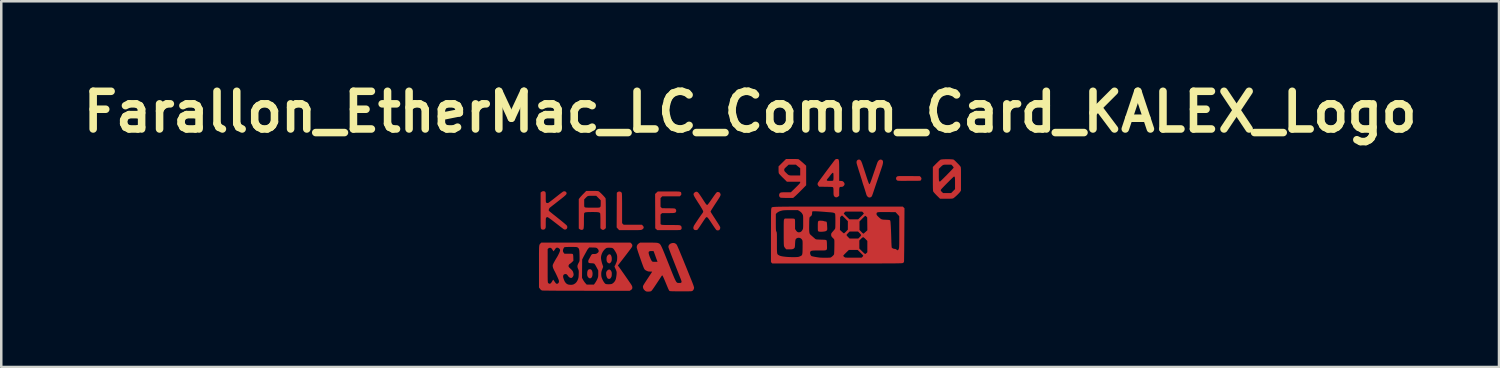
<source format=kicad_pcb>
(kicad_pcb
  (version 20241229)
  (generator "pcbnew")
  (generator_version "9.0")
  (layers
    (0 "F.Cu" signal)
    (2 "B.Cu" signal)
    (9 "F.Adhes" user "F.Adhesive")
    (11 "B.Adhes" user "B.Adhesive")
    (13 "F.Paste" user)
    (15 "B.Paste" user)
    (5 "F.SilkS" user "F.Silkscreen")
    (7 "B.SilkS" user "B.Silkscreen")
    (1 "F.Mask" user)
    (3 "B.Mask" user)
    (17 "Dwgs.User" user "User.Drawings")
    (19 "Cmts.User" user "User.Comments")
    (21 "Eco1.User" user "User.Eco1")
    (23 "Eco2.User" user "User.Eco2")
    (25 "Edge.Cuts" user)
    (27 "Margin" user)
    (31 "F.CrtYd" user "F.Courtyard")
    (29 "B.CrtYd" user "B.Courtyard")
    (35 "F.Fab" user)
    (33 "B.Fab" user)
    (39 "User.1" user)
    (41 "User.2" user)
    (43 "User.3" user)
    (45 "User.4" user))
  (footprint "Farallon_EtherMac_LC_Comm_Card_KALEX_Logo"
    (layer "F.Cu")
    (at 26.8 5.904)
    (property "Reference" "Farallon_EtherMac_LC_Comm_Card_KALEX_Logo" (at 0 -4.5 0) (layer "F.SilkS") (effects (font (size 1.5 1.5) (thickness 0.3))))
    (attr board_only exclude_from_pos_files exclude_from_bom)
    (fp_poly (pts (xy -6.345 1.762) (xy -6.312 1.786) (xy -6.288 1.827) (xy -6.274 1.884) (xy -6.269 1.941) (xy -6.275 2.007) (xy -6.291 2.06) (xy -6.316 2.098) (xy -6.35 2.119) (xy -6.372 2.122) (xy -6.409 2.112) (xy -6.427 2.098) (xy -6.458 2.061) (xy -6.475 2.028) (xy -6.483 1.991) (xy -6.485 1.946) (xy -6.481 1.874) (xy -6.468 1.82) (xy -6.447 1.785) (xy -6.429 1.771) (xy -6.384 1.757)) (stroke (width 0) (type solid)) (fill yes) (layer "F.Cu"))
    (fp_poly (pts (xy -5.566 1.172) (xy -5.54 1.199) (xy -5.521 1.241) (xy -5.508 1.298) (xy -5.505 1.354) (xy -5.51 1.414) (xy -5.526 1.461) (xy -5.556 1.5) (xy -5.584 1.523) (xy -5.61 1.528) (xy -5.643 1.516) (xy -5.68 1.488) (xy -5.703 1.45) (xy -5.714 1.397) (xy -5.714 1.37) (xy -5.713 1.313) (xy -5.706 1.272) (xy -5.692 1.239) (xy -5.67 1.207) (xy -5.665 1.201) (xy -5.63 1.172) (xy -5.597 1.163)) (stroke (width 0) (type solid)) (fill yes) (layer "F.Cu"))
    (fp_poly (pts (xy -5.589 1.773) (xy -5.555 1.795) (xy -5.526 1.837) (xy -5.525 1.838) (xy -5.513 1.869) (xy -5.506 1.9) (xy -5.505 1.939) (xy -5.506 1.97) (xy -5.509 2.017) (xy -5.515 2.049) (xy -5.527 2.076) (xy -5.541 2.099) (xy -5.562 2.126) (xy -5.58 2.139) (xy -5.604 2.143) (xy -5.614 2.144) (xy -5.653 2.137) (xy -5.674 2.122) (xy -5.702 2.076) (xy -5.721 2.017) (xy -5.73 1.951) (xy -5.73 1.941) (xy -5.729 1.899) (xy -5.722 1.869) (xy -5.709 1.842) (xy -5.701 1.831) (xy -5.664 1.791) (xy -5.626 1.772)) (stroke (width 0) (type solid)) (fill yes) (layer "F.Cu"))
    (fp_poly (pts (xy 6.13 -1.949) (xy 6.222 -1.948) (xy 6.32 -1.948) (xy 6.753 -1.944) (xy 6.786 -1.913) (xy 6.812 -1.876) (xy 6.818 -1.836) (xy 6.804 -1.798) (xy 6.796 -1.787) (xy 6.774 -1.761) (xy 6.325 -1.759) (xy 6.214 -1.758) (xy 6.122 -1.758) (xy 6.048 -1.758) (xy 5.99 -1.758) (xy 5.944 -1.759) (xy 5.91 -1.761) (xy 5.886 -1.763) (xy 5.868 -1.766) (xy 5.856 -1.77) (xy 5.847 -1.774) (xy 5.846 -1.775) (xy 5.819 -1.803) (xy 5.807 -1.84) (xy 5.809 -1.878) (xy 5.827 -1.913) (xy 5.852 -1.932) (xy 5.862 -1.937) (xy 5.875 -1.941) (xy 5.893 -1.944) (xy 5.918 -1.946) (xy 5.952 -1.948) (xy 5.998 -1.948) (xy 6.056 -1.949)) (stroke (width 0) (type solid)) (fill yes) (layer "F.Cu"))
    (fp_poly (pts (xy -5.153 -1.322) (xy -5.12 -1.297) (xy -5.108 -1.277) (xy -5.105 -1.264) (xy -5.102 -1.238) (xy -5.1 -1.199) (xy -5.098 -1.145) (xy -5.097 -1.075) (xy -5.096 -0.988) (xy -5.095 -0.882) (xy -5.095 -0.757) (xy -5.095 -0.661) (xy -5.095 -0.074) (xy -5.064 -0.042) (xy -5.032 -0.011) (xy -4.669 -0.011) (xy -4.307 -0.011) (xy -4.27 0.026) (xy -4.241 0.064) (xy -4.234 0.101) (xy -4.247 0.136) (xy -4.263 0.153) (xy -4.277 0.165) (xy -4.29 0.176) (xy -4.305 0.184) (xy -4.323 0.191) (xy -4.347 0.196) (xy -4.379 0.199) (xy -4.422 0.202) (xy -4.476 0.203) (xy -4.545 0.204) (xy -4.631 0.205) (xy -4.735 0.205) (xy -4.775 0.205) (xy -5.211 0.205) (xy -5.261 0.151) (xy -5.311 0.097) (xy -5.308 -0.593) (xy -5.305 -1.284) (xy -5.275 -1.31) (xy -5.237 -1.33) (xy -5.194 -1.334)) (stroke (width 0) (type solid)) (fill yes) (layer "F.Cu"))
    (fp_poly (pts (xy 2.865 -0.17) (xy 2.911 -0.163) (xy 2.934 -0.156) (xy 2.969 -0.145) (xy 3.003 -0.14) (xy 3.005 -0.14) (xy 3.023 -0.138) (xy 3.037 -0.13) (xy 3.047 -0.114) (xy 3.054 -0.086) (xy 3.059 -0.044) (xy 3.063 0.016) (xy 3.065 0.05) (xy 3.068 0.107) (xy 3.069 0.147) (xy 3.068 0.174) (xy 3.065 0.192) (xy 3.058 0.205) (xy 3.048 0.217) (xy 3.047 0.218) (xy 3.026 0.237) (xy 2.996 0.249) (xy 2.952 0.258) (xy 2.951 0.258) (xy 2.884 0.266) (xy 2.821 0.269) (xy 2.769 0.267) (xy 2.731 0.259) (xy 2.717 0.253) (xy 2.708 0.245) (xy 2.702 0.236) (xy 2.698 0.222) (xy 2.695 0.198) (xy 2.694 0.163) (xy 2.693 0.112) (xy 2.693 0.056) (xy 2.693 -0.02) (xy 2.695 -0.077) (xy 2.699 -0.117) (xy 2.708 -0.144) (xy 2.722 -0.161) (xy 2.743 -0.169) (xy 2.772 -0.172) (xy 2.811 -0.172)) (stroke (width 0) (type solid)) (fill yes) (layer "F.Cu"))
    (fp_poly (pts (xy -3.024 -1.336) (xy -2.947 -1.335) (xy -2.886 -1.333) (xy -2.838 -1.331) (xy -2.803 -1.326) (xy -2.778 -1.32) (xy -2.762 -1.312) (xy -2.751 -1.302) (xy -2.745 -1.289) (xy -2.742 -1.272) (xy -2.739 -1.253) (xy -2.737 -1.221) (xy -2.745 -1.199) (xy -2.765 -1.175) (xy -2.766 -1.175) (xy -2.799 -1.142) (xy -3.148 -1.142) (xy -3.497 -1.142) (xy -3.531 -1.106) (xy -3.565 -1.071) (xy -3.565 -0.898) (xy -3.565 -0.726) (xy -3.536 -0.697) (xy -3.506 -0.669) (xy -3.251 -0.666) (xy -3.171 -0.665) (xy -3.109 -0.664) (xy -3.063 -0.662) (xy -3.03 -0.66) (xy -3.007 -0.657) (xy -2.992 -0.653) (xy -2.981 -0.647) (xy -2.972 -0.64) (xy -2.968 -0.636) (xy -2.948 -0.605) (xy -2.94 -0.566) (xy -2.947 -0.53) (xy -2.955 -0.516) (xy -2.966 -0.503) (xy -2.98 -0.493) (xy -3 -0.486) (xy -3.028 -0.48) (xy -3.066 -0.477) (xy -3.118 -0.475) (xy -3.187 -0.474) (xy -3.26 -0.474) (xy -3.505 -0.474) (xy -3.535 -0.445) (xy -3.565 -0.416) (xy -3.565 -0.225) (xy -3.565 -0.035) (xy -3.539 -0.017) (xy -3.529 -0.013) (xy -3.515 -0.009) (xy -3.494 -0.006) (xy -3.464 -0.003) (xy -3.422 -0.002) (xy -3.367 -0.001) (xy -3.296 -0.00025) (xy -3.207 -0.00002) (xy -3.161 0) (xy -3.062 0.000145) (xy -2.981 0.001) (xy -2.918 0.002) (xy -2.87 0.003) (xy -2.834 0.005) (xy -2.808 0.008) (xy -2.79 0.012) (xy -2.779 0.016) (xy -2.747 0.04) (xy -2.73 0.072) (xy -2.725 0.117) (xy -2.729 0.151) (xy -2.744 0.174) (xy -2.754 0.182) (xy -2.761 0.188) (xy -2.77 0.192) (xy -2.782 0.196) (xy -2.799 0.199) (xy -2.824 0.201) (xy -2.858 0.202) (xy -2.903 0.203) (xy -2.962 0.204) (xy -3.036 0.204) (xy -3.128 0.205) (xy -3.239 0.205) (xy -3.695 0.205) (xy -3.735 0.168) (xy -3.776 0.131) (xy -3.778 -0.552) (xy -3.781 -1.235) (xy -3.728 -1.286) (xy -3.674 -1.336) (xy -3.233 -1.336) (xy -3.119 -1.336)) (stroke (width 0) (type solid)) (fill yes) (layer "F.Cu"))
    (fp_poly (pts (xy 1.753 -2.628) (xy 1.823 -2.626) (xy 1.877 -2.624) (xy 1.914 -2.621) (xy 1.929 -2.617) (xy 1.947 -2.605) (xy 1.977 -2.581) (xy 2.016 -2.549) (xy 2.06 -2.511) (xy 2.106 -2.472) (xy 2.149 -2.433) (xy 2.179 -2.406) (xy 2.23 -2.358) (xy 2.23 -1.969) (xy 2.23 -1.581) (xy 2.044 -1.392) (xy 1.988 -1.336) (xy 1.932 -1.28) (xy 1.879 -1.229) (xy 1.834 -1.185) (xy 1.798 -1.152) (xy 1.785 -1.141) (xy 1.712 -1.077) (xy 1.473 -1.078) (xy 1.402 -1.078) (xy 1.337 -1.08) (xy 1.282 -1.082) (xy 1.24 -1.084) (xy 1.215 -1.087) (xy 1.21 -1.088) (xy 1.178 -1.111) (xy 1.159 -1.146) (xy 1.152 -1.187) (xy 1.159 -1.229) (xy 1.178 -1.265) (xy 1.205 -1.287) (xy 1.222 -1.293) (xy 1.246 -1.298) (xy 1.281 -1.301) (xy 1.33 -1.303) (xy 1.396 -1.303) (xy 1.43 -1.303) (xy 1.621 -1.303) (xy 1.807 -1.484) (xy 1.868 -1.544) (xy 1.914 -1.591) (xy 1.948 -1.626) (xy 1.971 -1.653) (xy 1.985 -1.673) (xy 1.992 -1.688) (xy 1.993 -1.694) (xy 1.993 -1.723) (xy 1.728 -1.723) (xy 1.463 -1.723) (xy 1.312 -1.872) (xy 1.264 -1.919) (xy 1.221 -1.964) (xy 1.185 -2.002) (xy 1.16 -2.031) (xy 1.147 -2.048) (xy 1.146 -2.049) (xy 1.138 -2.074) (xy 1.133 -2.116) (xy 1.131 -2.177) (xy 1.131 -2.194) (xy 1.357 -2.194) (xy 1.359 -2.17) (xy 1.365 -2.151) (xy 1.379 -2.13) (xy 1.404 -2.103) (xy 1.425 -2.083) (xy 1.462 -2.047) (xy 1.491 -2.019) (xy 1.516 -1.999) (xy 1.541 -1.986) (xy 1.57 -1.978) (xy 1.606 -1.973) (xy 1.653 -1.971) (xy 1.714 -1.971) (xy 1.773 -1.971) (xy 1.993 -1.971) (xy 1.993 -2.116) (xy 1.993 -2.26) (xy 1.947 -2.296) (xy 1.911 -2.325) (xy 1.873 -2.356) (xy 1.861 -2.367) (xy 1.82 -2.402) (xy 1.678 -2.402) (xy 1.535 -2.402) (xy 1.446 -2.32) (xy 1.407 -2.284) (xy 1.382 -2.259) (xy 1.367 -2.239) (xy 1.36 -2.222) (xy 1.357 -2.203) (xy 1.357 -2.194) (xy 1.131 -2.194) (xy 1.131 -2.205) (xy 1.131 -2.333) (xy 1.28 -2.481) (xy 1.429 -2.628) (xy 1.669 -2.628)) (stroke (width 0) (type solid)) (fill yes) (layer "F.Cu"))
    (fp_poly (pts (xy 4.357 -2.602) (xy 4.393 -2.577) (xy 4.399 -2.571) (xy 4.408 -2.559) (xy 4.418 -2.543) (xy 4.429 -2.521) (xy 4.442 -2.489) (xy 4.458 -2.448) (xy 4.476 -2.394) (xy 4.499 -2.325) (xy 4.527 -2.241) (xy 4.56 -2.138) (xy 4.571 -2.105) (xy 4.608 -1.992) (xy 4.638 -1.898) (xy 4.664 -1.821) (xy 4.685 -1.759) (xy 4.702 -1.712) (xy 4.716 -1.677) (xy 4.727 -1.652) (xy 4.735 -1.637) (xy 4.743 -1.629) (xy 4.749 -1.627) (xy 4.749 -1.627) (xy 4.759 -1.635) (xy 4.773 -1.662) (xy 4.792 -1.707) (xy 4.816 -1.771) (xy 4.846 -1.855) (xy 4.857 -1.887) (xy 4.881 -1.957) (xy 4.909 -2.039) (xy 4.937 -2.121) (xy 4.963 -2.195) (xy 4.966 -2.203) (xy 4.987 -2.264) (xy 5.007 -2.323) (xy 5.025 -2.375) (xy 5.038 -2.414) (xy 5.042 -2.426) (xy 5.063 -2.484) (xy 5.083 -2.525) (xy 5.105 -2.557) (xy 5.128 -2.579) (xy 5.168 -2.602) (xy 5.208 -2.604) (xy 5.245 -2.591) (xy 5.27 -2.571) (xy 5.285 -2.541) (xy 5.289 -2.499) (xy 5.282 -2.444) (xy 5.265 -2.373) (xy 5.241 -2.3) (xy 5.227 -2.257) (xy 5.206 -2.197) (xy 5.181 -2.124) (xy 5.153 -2.04) (xy 5.122 -1.949) (xy 5.089 -1.854) (xy 5.057 -1.761) (xy 5.026 -1.671) (xy 4.997 -1.585) (xy 4.97 -1.505) (xy 4.947 -1.436) (xy 4.927 -1.379) (xy 4.913 -1.336) (xy 4.905 -1.311) (xy 4.904 -1.309) (xy 4.891 -1.27) (xy 4.879 -1.235) (xy 4.874 -1.223) (xy 4.862 -1.192) (xy 4.854 -1.168) (xy 4.833 -1.13) (xy 4.799 -1.105) (xy 4.758 -1.094) (xy 4.717 -1.1) (xy 4.701 -1.108) (xy 4.664 -1.139) (xy 4.637 -1.179) (xy 4.626 -1.209) (xy 4.621 -1.227) (xy 4.611 -1.261) (xy 4.597 -1.307) (xy 4.58 -1.36) (xy 4.562 -1.417) (xy 4.544 -1.473) (xy 4.528 -1.524) (xy 4.514 -1.565) (xy 4.504 -1.593) (xy 4.502 -1.6) (xy 4.495 -1.62) (xy 4.484 -1.655) (xy 4.472 -1.696) (xy 4.47 -1.702) (xy 4.456 -1.753) (xy 4.44 -1.806) (xy 4.427 -1.847) (xy 4.414 -1.887) (xy 4.398 -1.938) (xy 4.381 -1.993) (xy 4.373 -2.02) (xy 4.358 -2.066) (xy 4.345 -2.106) (xy 4.336 -2.134) (xy 4.333 -2.144) (xy 4.326 -2.165) (xy 4.324 -2.171) (xy 4.32 -2.184) (xy 4.311 -2.215) (xy 4.298 -2.257) (xy 4.283 -2.306) (xy 4.281 -2.311) (xy 4.265 -2.363) (xy 4.251 -2.41) (xy 4.241 -2.447) (xy 4.236 -2.469) (xy 4.236 -2.469) (xy 4.235 -2.52) (xy 4.249 -2.561) (xy 4.275 -2.588) (xy 4.318 -2.605)) (stroke (width 0) (type solid)) (fill yes) (layer "F.Cu"))
    (fp_poly (pts (xy 3.466 -2.628) (xy 3.486 -2.626) (xy 3.503 -2.62) (xy 3.516 -2.608) (xy 3.526 -2.589) (xy 3.533 -2.56) (xy 3.538 -2.52) (xy 3.541 -2.467) (xy 3.543 -2.399) (xy 3.544 -2.314) (xy 3.544 -2.21) (xy 3.544 -2.156) (xy 3.544 -1.758) (xy 3.615 -1.754) (xy 3.655 -1.75) (xy 3.681 -1.744) (xy 3.701 -1.731) (xy 3.723 -1.71) (xy 3.723 -1.71) (xy 3.752 -1.667) (xy 3.76 -1.626) (xy 3.747 -1.586) (xy 3.723 -1.555) (xy 3.696 -1.532) (xy 3.672 -1.522) (xy 3.638 -1.519) (xy 3.633 -1.519) (xy 3.601 -1.518) (xy 3.578 -1.512) (xy 3.562 -1.5) (xy 3.552 -1.478) (xy 3.547 -1.443) (xy 3.544 -1.392) (xy 3.544 -1.323) (xy 3.544 -1.323) (xy 3.544 -1.166) (xy 3.506 -1.132) (xy 3.465 -1.106) (xy 3.422 -1.1) (xy 3.385 -1.11) (xy 3.363 -1.125) (xy 3.342 -1.151) (xy 3.339 -1.155) (xy 3.33 -1.172) (xy 3.324 -1.193) (xy 3.32 -1.221) (xy 3.318 -1.26) (xy 3.318 -1.316) (xy 3.318 -1.331) (xy 3.317 -1.394) (xy 3.315 -1.439) (xy 3.311 -1.47) (xy 3.305 -1.489) (xy 3.302 -1.494) (xy 3.296 -1.501) (xy 3.288 -1.507) (xy 3.276 -1.511) (xy 3.256 -1.514) (xy 3.226 -1.516) (xy 3.184 -1.518) (xy 3.126 -1.519) (xy 3.051 -1.52) (xy 3.015 -1.521) (xy 2.745 -1.524) (xy 2.714 -1.559) (xy 2.688 -1.601) (xy 2.684 -1.645) (xy 2.701 -1.689) (xy 2.701 -1.689) (xy 2.714 -1.707) (xy 2.738 -1.741) (xy 2.771 -1.787) (xy 2.772 -1.788) (xy 3.05 -1.788) (xy 3.055 -1.776) (xy 3.061 -1.769) (xy 3.078 -1.762) (xy 3.111 -1.758) (xy 3.153 -1.756) (xy 3.199 -1.756) (xy 3.243 -1.757) (xy 3.279 -1.761) (xy 3.302 -1.767) (xy 3.305 -1.769) (xy 3.311 -1.787) (xy 3.316 -1.826) (xy 3.318 -1.887) (xy 3.318 -1.913) (xy 3.317 -1.978) (xy 3.315 -2.024) (xy 3.312 -2.054) (xy 3.306 -2.071) (xy 3.297 -2.078) (xy 3.292 -2.079) (xy 3.275 -2.071) (xy 3.25 -2.048) (xy 3.22 -2.014) (xy 3.187 -1.972) (xy 3.183 -1.966) (xy 3.159 -1.935) (xy 3.129 -1.896) (xy 3.1 -1.863) (xy 3.071 -1.828) (xy 3.055 -1.804) (xy 3.05 -1.788) (xy 2.772 -1.788) (xy 2.813 -1.844) (xy 2.861 -1.909) (xy 2.915 -1.981) (xy 2.971 -2.058) (xy 3.029 -2.136) (xy 3.087 -2.214) (xy 3.144 -2.289) (xy 3.197 -2.361) (xy 3.246 -2.425) (xy 3.288 -2.481) (xy 3.322 -2.526) (xy 3.346 -2.557) (xy 3.358 -2.572) (xy 3.386 -2.603) (xy 3.407 -2.62) (xy 3.428 -2.627) (xy 3.442 -2.628)) (stroke (width 0) (type solid)) (fill yes) (layer "F.Cu"))
    (fp_poly (pts (xy -6.293 -1.357) (xy -6.207 -1.357) (xy -6.14 -1.355) (xy -6.091 -1.353) (xy -6.056 -1.349) (xy -6.033 -1.344) (xy -6.029 -1.343) (xy -6.009 -1.329) (xy -5.978 -1.303) (xy -5.94 -1.268) (xy -5.898 -1.227) (xy -5.856 -1.184) (xy -5.817 -1.142) (xy -5.784 -1.104) (xy -5.761 -1.075) (xy -5.752 -1.06) (xy -5.75 -1.043) (xy -5.748 -1.007) (xy -5.746 -0.952) (xy -5.744 -0.88) (xy -5.743 -0.794) (xy -5.742 -0.693) (xy -5.742 -0.581) (xy -5.741 -0.458) (xy -5.741 -0.456) (xy -5.741 0.121) (xy -5.778 0.157) (xy -5.818 0.187) (xy -5.858 0.195) (xy -5.898 0.181) (xy -5.924 0.161) (xy -5.957 0.128) (xy -5.957 -0.158) (xy -5.957 -0.256) (xy -5.959 -0.337) (xy -5.961 -0.399) (xy -5.964 -0.441) (xy -5.968 -0.463) (xy -5.968 -0.465) (xy -5.98 -0.481) (xy -5.996 -0.493) (xy -6.02 -0.503) (xy -6.054 -0.509) (xy -6.101 -0.514) (xy -6.163 -0.516) (xy -6.243 -0.517) (xy -6.282 -0.517) (xy -6.373 -0.516) (xy -6.445 -0.515) (xy -6.501 -0.511) (xy -6.541 -0.506) (xy -6.57 -0.499) (xy -6.589 -0.488) (xy -6.6 -0.475) (xy -6.604 -0.467) (xy -6.606 -0.449) (xy -6.609 -0.413) (xy -6.611 -0.362) (xy -6.613 -0.299) (xy -6.614 -0.227) (xy -6.614 -0.168) (xy -6.614 -0.073) (xy -6.615 0.002) (xy -6.618 0.061) (xy -6.622 0.105) (xy -6.627 0.137) (xy -6.635 0.159) (xy -6.645 0.174) (xy -6.657 0.183) (xy -6.657 0.183) (xy -6.698 0.194) (xy -6.743 0.188) (xy -6.783 0.168) (xy -6.785 0.166) (xy -6.819 0.138) (xy -6.819 -0.446) (xy -6.819 -0.871) (xy -6.603 -0.871) (xy -6.603 -0.812) (xy -6.602 -0.771) (xy -6.6 -0.744) (xy -6.596 -0.727) (xy -6.589 -0.716) (xy -6.58 -0.708) (xy -6.579 -0.707) (xy -6.568 -0.702) (xy -6.552 -0.698) (xy -6.528 -0.695) (xy -6.493 -0.693) (xy -6.445 -0.691) (xy -6.381 -0.69) (xy -6.298 -0.69) (xy -6.275 -0.69) (xy -6.19 -0.69) (xy -6.125 -0.69) (xy -6.075 -0.691) (xy -6.039 -0.692) (xy -6.013 -0.694) (xy -5.996 -0.698) (xy -5.985 -0.702) (xy -5.976 -0.708) (xy -5.971 -0.713) (xy -5.96 -0.724) (xy -5.953 -0.738) (xy -5.949 -0.758) (xy -5.947 -0.789) (xy -5.946 -0.835) (xy -5.946 -0.86) (xy -5.946 -0.984) (xy -6.036 -1.074) (xy -6.125 -1.163) (xy -6.288 -1.163) (xy -6.353 -1.163) (xy -6.401 -1.162) (xy -6.437 -1.157) (xy -6.465 -1.148) (xy -6.491 -1.132) (xy -6.517 -1.107) (xy -6.55 -1.073) (xy -6.562 -1.061) (xy -6.603 -1.018) (xy -6.603 -0.871) (xy -6.819 -0.871) (xy -6.819 -1.031) (xy -6.786 -1.075) (xy -6.767 -1.099) (xy -6.737 -1.134) (xy -6.698 -1.176) (xy -6.656 -1.221) (xy -6.638 -1.238) (xy -6.522 -1.357)) (stroke (width 0) (type solid)) (fill yes) (layer "F.Cu"))
    (fp_poly (pts (xy -8.182 -1.339) (xy -8.156 -1.322) (xy -8.148 -1.312) (xy -8.142 -1.3) (xy -8.138 -1.283) (xy -8.135 -1.258) (xy -8.133 -1.221) (xy -8.133 -1.169) (xy -8.133 -1.102) (xy -8.133 -1.032) (xy -8.132 -0.981) (xy -8.13 -0.944) (xy -8.127 -0.92) (xy -8.123 -0.904) (xy -8.117 -0.894) (xy -8.113 -0.89) (xy -8.081 -0.874) (xy -8.042 -0.876) (xy -8.024 -0.884) (xy -8.011 -0.893) (xy -7.983 -0.914) (xy -7.942 -0.945) (xy -7.892 -0.984) (xy -7.833 -1.029) (xy -7.769 -1.079) (xy -7.742 -1.101) (xy -7.676 -1.153) (xy -7.614 -1.202) (xy -7.558 -1.245) (xy -7.511 -1.281) (xy -7.475 -1.308) (xy -7.453 -1.324) (xy -7.449 -1.327) (xy -7.41 -1.342) (xy -7.371 -1.34) (xy -7.336 -1.325) (xy -7.312 -1.299) (xy -7.303 -1.264) (xy -7.305 -1.247) (xy -7.312 -1.229) (xy -7.325 -1.21) (xy -7.347 -1.186) (xy -7.38 -1.156) (xy -7.424 -1.118) (xy -7.482 -1.071) (xy -7.545 -1.022) (xy -7.61 -0.971) (xy -7.677 -0.919) (xy -7.74 -0.869) (xy -7.797 -0.824) (xy -7.843 -0.789) (xy -7.857 -0.778) (xy -7.898 -0.746) (xy -7.932 -0.719) (xy -7.958 -0.699) (xy -7.97 -0.69) (xy -7.97 -0.689) (xy -7.988 -0.668) (xy -8.004 -0.636) (xy -8.014 -0.605) (xy -8.014 -0.597) (xy -8.015 -0.59) (xy -8.014 -0.584) (xy -8.012 -0.577) (xy -8.007 -0.568) (xy -7.997 -0.557) (xy -7.98 -0.542) (xy -7.956 -0.521) (xy -7.922 -0.494) (xy -7.878 -0.458) (xy -7.822 -0.413) (xy -7.752 -0.358) (xy -7.668 -0.291) (xy -7.643 -0.271) (xy -7.569 -0.212) (xy -7.5 -0.156) (xy -7.438 -0.105) (xy -7.384 -0.06) (xy -7.341 -0.023) (xy -7.311 0.005) (xy -7.295 0.021) (xy -7.294 0.022) (xy -7.277 0.063) (xy -7.276 0.103) (xy -7.289 0.138) (xy -7.314 0.165) (xy -7.346 0.181) (xy -7.384 0.181) (xy -7.413 0.17) (xy -7.427 0.16) (xy -7.456 0.139) (xy -7.497 0.107) (xy -7.549 0.068) (xy -7.609 0.021) (xy -7.676 -0.031) (xy -7.738 -0.079) (xy -7.831 -0.151) (xy -7.908 -0.21) (xy -7.971 -0.256) (xy -8.018 -0.289) (xy -8.05 -0.309) (xy -8.065 -0.315) (xy -8.093 -0.308) (xy -8.112 -0.296) (xy -8.119 -0.288) (xy -8.125 -0.276) (xy -8.128 -0.259) (xy -8.131 -0.232) (xy -8.132 -0.193) (xy -8.133 -0.137) (xy -8.133 -0.08) (xy -8.133 -0.01) (xy -8.133 0.041) (xy -8.135 0.078) (xy -8.137 0.103) (xy -8.141 0.121) (xy -8.148 0.133) (xy -8.157 0.145) (xy -8.161 0.15) (xy -8.181 0.171) (xy -8.204 0.181) (xy -8.237 0.183) (xy -8.241 0.183) (xy -8.274 0.181) (xy -8.296 0.173) (xy -8.312 0.156) (xy -8.315 0.152) (xy -8.32 0.145) (xy -8.323 0.138) (xy -8.327 0.127) (xy -8.329 0.113) (xy -8.331 0.093) (xy -8.333 0.066) (xy -8.335 0.029) (xy -8.336 -0.018) (xy -8.336 -0.077) (xy -8.337 -0.15) (xy -8.337 -0.238) (xy -8.337 -0.344) (xy -8.337 -0.468) (xy -8.337 -0.585) (xy -8.337 -1.291) (xy -8.304 -1.319) (xy -8.265 -1.341) (xy -8.222 -1.348)) (stroke (width 0) (type solid)) (fill yes) (layer "F.Cu"))
    (fp_poly (pts (xy 7.897 -2.619) (xy 7.962 -2.617) (xy 8.019 -2.614) (xy 8.064 -2.61) (xy 8.093 -2.605) (xy 8.098 -2.602) (xy 8.117 -2.589) (xy 8.146 -2.563) (xy 8.183 -2.528) (xy 8.224 -2.487) (xy 8.266 -2.444) (xy 8.306 -2.403) (xy 8.339 -2.366) (xy 8.362 -2.338) (xy 8.368 -2.33) (xy 8.373 -2.322) (xy 8.378 -2.312) (xy 8.382 -2.3) (xy 8.385 -2.284) (xy 8.387 -2.26) (xy 8.389 -2.227) (xy 8.39 -2.184) (xy 8.391 -2.128) (xy 8.391 -2.056) (xy 8.391 -1.968) (xy 8.391 -1.86) (xy 8.391 -1.837) (xy 8.391 -1.377) (xy 8.364 -1.33) (xy 8.344 -1.304) (xy 8.312 -1.268) (xy 8.272 -1.226) (xy 8.227 -1.182) (xy 8.181 -1.14) (xy 8.138 -1.103) (xy 8.103 -1.076) (xy 8.086 -1.064) (xy 8.072 -1.058) (xy 8.054 -1.054) (xy 8.029 -1.05) (xy 7.994 -1.048) (xy 7.945 -1.046) (xy 7.881 -1.046) (xy 7.805 -1.045) (xy 7.558 -1.045) (xy 7.43 -1.171) (xy 7.386 -1.216) (xy 7.346 -1.259) (xy 7.314 -1.296) (xy 7.293 -1.323) (xy 7.286 -1.334) (xy 7.282 -1.347) (xy 7.279 -1.366) (xy 7.277 -1.39) (xy 7.586 -1.39) (xy 7.588 -1.367) (xy 7.607 -1.34) (xy 7.632 -1.316) (xy 7.68 -1.271) (xy 7.839 -1.271) (xy 7.999 -1.271) (xy 8.076 -1.349) (xy 8.154 -1.428) (xy 8.154 -1.665) (xy 8.154 -1.747) (xy 8.153 -1.81) (xy 8.151 -1.857) (xy 8.147 -1.889) (xy 8.142 -1.91) (xy 8.134 -1.922) (xy 8.123 -1.927) (xy 8.11 -1.928) (xy 8.1 -1.921) (xy 8.077 -1.9) (xy 8.043 -1.868) (xy 8.001 -1.827) (xy 7.952 -1.78) (xy 7.9 -1.727) (xy 7.845 -1.673) (xy 7.791 -1.618) (xy 7.739 -1.565) (xy 7.692 -1.516) (xy 7.652 -1.474) (xy 7.621 -1.44) (xy 7.601 -1.417) (xy 7.598 -1.413) (xy 7.586 -1.39) (xy 7.277 -1.39) (xy 7.277 -1.394) (xy 7.275 -1.433) (xy 7.273 -1.484) (xy 7.272 -1.549) (xy 7.271 -1.63) (xy 7.271 -1.729) (xy 7.271 -1.84) (xy 7.271 -2.004) (xy 7.508 -2.004) (xy 7.508 -1.924) (xy 7.509 -1.864) (xy 7.511 -1.819) (xy 7.513 -1.787) (xy 7.517 -1.766) (xy 7.522 -1.752) (xy 7.525 -1.747) (xy 7.54 -1.73) (xy 7.55 -1.723) (xy 7.56 -1.731) (xy 7.582 -1.752) (xy 7.617 -1.785) (xy 7.661 -1.828) (xy 7.713 -1.879) (xy 7.771 -1.937) (xy 7.827 -1.993) (xy 7.889 -2.057) (xy 7.947 -2.116) (xy 7.998 -2.169) (xy 8.04 -2.214) (xy 8.072 -2.249) (xy 8.092 -2.273) (xy 8.098 -2.282) (xy 8.093 -2.3) (xy 8.075 -2.327) (xy 8.054 -2.352) (xy 8.007 -2.402) (xy 7.852 -2.402) (xy 7.787 -2.402) (xy 7.74 -2.4) (xy 7.704 -2.396) (xy 7.676 -2.386) (xy 7.649 -2.369) (xy 7.62 -2.344) (xy 7.583 -2.309) (xy 7.575 -2.301) (xy 7.508 -2.236) (xy 7.508 -2.004) (xy 7.271 -2.004) (xy 7.271 -2.309) (xy 7.407 -2.447) (xy 7.454 -2.492) (xy 7.497 -2.534) (xy 7.535 -2.568) (xy 7.564 -2.591) (xy 7.579 -2.601) (xy 7.603 -2.607) (xy 7.644 -2.612) (xy 7.698 -2.616) (xy 7.761 -2.618) (xy 7.829 -2.619)) (stroke (width 0) (type solid)) (fill yes) (layer "F.Cu"))
    (fp_poly (pts (xy -2.131 -1.324) (xy -2.114 -1.321) (xy -2.098 -1.314) (xy -2.081 -1.301) (xy -2.061 -1.281) (xy -2.038 -1.253) (xy -2.009 -1.213) (xy -1.974 -1.162) (xy -1.931 -1.098) (xy -1.879 -1.018) (xy -1.822 -0.93) (xy -1.786 -0.876) (xy -1.76 -0.839) (xy -1.739 -0.815) (xy -1.723 -0.804) (xy -1.708 -0.801) (xy -1.697 -0.804) (xy -1.686 -0.814) (xy -1.666 -0.84) (xy -1.637 -0.878) (xy -1.601 -0.927) (xy -1.56 -0.985) (xy -1.523 -1.038) (xy -1.47 -1.115) (xy -1.427 -1.177) (xy -1.393 -1.224) (xy -1.367 -1.259) (xy -1.346 -1.284) (xy -1.33 -1.3) (xy -1.316 -1.309) (xy -1.303 -1.313) (xy -1.289 -1.313) (xy -1.272 -1.312) (xy -1.272 -1.312) (xy -1.239 -1.307) (xy -1.217 -1.295) (xy -1.199 -1.272) (xy -1.185 -1.249) (xy -1.177 -1.228) (xy -1.175 -1.206) (xy -1.18 -1.179) (xy -1.194 -1.146) (xy -1.217 -1.104) (xy -1.251 -1.049) (xy -1.295 -0.981) (xy -1.307 -0.962) (xy -1.379 -0.852) (xy -1.439 -0.76) (xy -1.487 -0.684) (xy -1.525 -0.625) (xy -1.551 -0.581) (xy -1.567 -0.552) (xy -1.573 -0.538) (xy -1.573 -0.537) (xy -1.572 -0.532) (xy -1.57 -0.525) (xy -1.564 -0.514) (xy -1.555 -0.497) (xy -1.54 -0.472) (xy -1.519 -0.439) (xy -1.49 -0.394) (xy -1.454 -0.337) (xy -1.407 -0.265) (xy -1.354 -0.183) (xy -1.305 -0.107) (xy -1.266 -0.046) (xy -1.237 0.001) (xy -1.215 0.037) (xy -1.201 0.064) (xy -1.193 0.084) (xy -1.189 0.1) (xy -1.188 0.113) (xy -1.189 0.122) (xy -1.203 0.168) (xy -1.23 0.2) (xy -1.268 0.214) (xy -1.281 0.215) (xy -1.313 0.212) (xy -1.338 0.204) (xy -1.339 0.203) (xy -1.351 0.191) (xy -1.372 0.164) (xy -1.401 0.124) (xy -1.436 0.073) (xy -1.476 0.014) (xy -1.509 -0.036) (xy -1.561 -0.115) (xy -1.603 -0.177) (xy -1.636 -0.225) (xy -1.662 -0.26) (xy -1.682 -0.284) (xy -1.698 -0.3) (xy -1.712 -0.309) (xy -1.725 -0.312) (xy -1.731 -0.312) (xy -1.738 -0.312) (xy -1.746 -0.31) (xy -1.754 -0.303) (xy -1.765 -0.292) (xy -1.78 -0.273) (xy -1.8 -0.245) (xy -1.826 -0.207) (xy -1.861 -0.156) (xy -1.904 -0.09) (xy -1.957 -0.009) (xy -1.966 0.004) (xy -2.003 0.059) (xy -2.036 0.108) (xy -2.065 0.148) (xy -2.086 0.176) (xy -2.098 0.19) (xy -2.098 0.19) (xy -2.12 0.199) (xy -2.153 0.204) (xy -2.163 0.204) (xy -2.209 0.196) (xy -2.241 0.174) (xy -2.258 0.139) (xy -2.259 0.094) (xy -2.242 0.042) (xy -2.241 0.038) (xy -2.228 0.015) (xy -2.205 -0.022) (xy -2.174 -0.07) (xy -2.137 -0.126) (xy -2.097 -0.186) (xy -2.057 -0.246) (xy -2.017 -0.304) (xy -1.981 -0.356) (xy -1.95 -0.399) (xy -1.931 -0.425) (xy -1.899 -0.468) (xy -1.879 -0.499) (xy -1.869 -0.523) (xy -1.868 -0.543) (xy -1.873 -0.56) (xy -1.882 -0.58) (xy -1.9 -0.614) (xy -1.925 -0.658) (xy -1.953 -0.706) (xy -1.983 -0.755) (xy -2.01 -0.8) (xy -2.034 -0.836) (xy -2.04 -0.846) (xy -2.059 -0.874) (xy -2.075 -0.898) (xy -2.076 -0.899) (xy -2.087 -0.918) (xy -2.106 -0.949) (xy -2.131 -0.988) (xy -2.146 -1.011) (xy -2.189 -1.081) (xy -2.221 -1.136) (xy -2.241 -1.179) (xy -2.251 -1.212) (xy -2.251 -1.239) (xy -2.241 -1.261) (xy -2.223 -1.283) (xy -2.213 -1.292) (xy -2.184 -1.312) (xy -2.157 -1.324) (xy -2.148 -1.325)) (stroke (width 0) (type solid)) (fill yes) (layer "F.Cu"))
    (fp_poly (pts (xy -3.951 0.7) (xy -3.874 0.701) (xy -3.812 0.702) (xy -3.765 0.704) (xy -3.728 0.706) (xy -3.7 0.709) (xy -3.678 0.714) (xy -3.663 0.718) (xy -3.644 0.725) (xy -3.627 0.731) (xy -3.611 0.74) (xy -3.596 0.752) (xy -3.581 0.768) (xy -3.565 0.79) (xy -3.547 0.82) (xy -3.528 0.858) (xy -3.505 0.907) (xy -3.478 0.967) (xy -3.448 1.039) (xy -3.412 1.126) (xy -3.371 1.228) (xy -3.323 1.347) (xy -3.268 1.485) (xy -3.251 1.527) (xy -3.194 1.67) (xy -3.145 1.795) (xy -3.102 1.902) (xy -3.065 1.993) (xy -3.033 2.069) (xy -3.006 2.132) (xy -2.982 2.182) (xy -2.962 2.222) (xy -2.944 2.252) (xy -2.927 2.274) (xy -2.912 2.289) (xy -2.896 2.298) (xy -2.881 2.303) (xy -2.863 2.305) (xy -2.845 2.305) (xy -2.823 2.305) (xy -2.783 2.305) (xy -2.758 2.302) (xy -2.745 2.295) (xy -2.736 2.283) (xy -2.734 2.279) (xy -2.729 2.262) (xy -2.73 2.241) (xy -2.739 2.211) (xy -2.755 2.168) (xy -2.764 2.143) (xy -2.782 2.099) (xy -2.805 2.04) (xy -2.834 1.967) (xy -2.867 1.883) (xy -2.904 1.788) (xy -2.944 1.687) (xy -2.986 1.58) (xy -3.02 1.494) (xy -3.062 1.386) (xy -3.102 1.284) (xy -3.139 1.188) (xy -3.172 1.102) (xy -3.2 1.026) (xy -3.223 0.964) (xy -3.24 0.915) (xy -3.25 0.884) (xy -3.253 0.871) (xy -3.243 0.819) (xy -3.214 0.775) (xy -3.17 0.741) (xy -3.111 0.72) (xy -3.109 0.719) (xy -3.044 0.714) (xy -2.989 0.727) (xy -2.943 0.76) (xy -2.927 0.777) (xy -2.92 0.788) (xy -2.911 0.805) (xy -2.898 0.831) (xy -2.882 0.867) (xy -2.862 0.912) (xy -2.838 0.968) (xy -2.809 1.035) (xy -2.776 1.116) (xy -2.737 1.21) (xy -2.692 1.318) (xy -2.642 1.441) (xy -2.585 1.581) (xy -2.521 1.737) (xy -2.451 1.912) (xy -2.373 2.105) (xy -2.331 2.207) (xy -2.3 2.286) (xy -2.273 2.356) (xy -2.252 2.415) (xy -2.238 2.46) (xy -2.23 2.489) (xy -2.23 2.495) (xy -2.24 2.549) (xy -2.269 2.596) (xy -2.29 2.617) (xy -2.298 2.622) (xy -2.307 2.627) (xy -2.319 2.631) (xy -2.337 2.633) (xy -2.362 2.636) (xy -2.397 2.637) (xy -2.443 2.638) (xy -2.504 2.639) (xy -2.58 2.639) (xy -2.674 2.639) (xy -2.749 2.639) (xy -2.869 2.639) (xy -2.972 2.638) (xy -3.057 2.637) (xy -3.123 2.635) (xy -3.169 2.632) (xy -3.195 2.629) (xy -3.2 2.628) (xy -3.209 2.622) (xy -3.219 2.612) (xy -3.23 2.596) (xy -3.242 2.571) (xy -3.259 2.537) (xy -3.279 2.49) (xy -3.305 2.429) (xy -3.337 2.351) (xy -3.356 2.305) (xy -3.394 2.214) (xy -3.425 2.141) (xy -3.45 2.085) (xy -3.469 2.045) (xy -3.484 2.019) (xy -3.494 2.006) (xy -3.499 2.004) (xy -3.509 2.012) (xy -3.525 2.032) (xy -3.529 2.039) (xy -3.541 2.056) (xy -3.563 2.09) (xy -3.593 2.136) (xy -3.63 2.192) (xy -3.672 2.256) (xy -3.718 2.325) (xy -3.731 2.345) (xy -3.79 2.433) (xy -3.838 2.504) (xy -3.877 2.559) (xy -3.906 2.598) (xy -3.928 2.622) (xy -3.942 2.633) (xy -3.977 2.644) (xy -4.029 2.649) (xy -4.054 2.65) (xy -4.097 2.649) (xy -4.126 2.645) (xy -4.149 2.636) (xy -4.174 2.62) (xy -4.181 2.614) (xy -4.229 2.567) (xy -4.257 2.512) (xy -4.265 2.459) (xy -4.264 2.445) (xy -4.261 2.429) (xy -4.254 2.41) (xy -4.241 2.385) (xy -4.222 2.353) (xy -4.195 2.31) (xy -4.16 2.256) (xy -4.114 2.186) (xy -4.083 2.139) (xy -4.037 2.07) (xy -3.996 2.007) (xy -3.96 1.953) (xy -3.931 1.909) (xy -3.911 1.877) (xy -3.9 1.86) (xy -3.899 1.858) (xy -3.909 1.855) (xy -3.935 1.854) (xy -3.972 1.853) (xy -3.978 1.853) (xy -4.028 1.851) (xy -4.066 1.844) (xy -4.103 1.829) (xy -4.11 1.826) (xy -4.134 1.814) (xy -4.153 1.804) (xy -4.17 1.793) (xy -4.185 1.781) (xy -4.2 1.765) (xy -4.214 1.743) (xy -4.229 1.713) (xy -4.246 1.674) (xy -4.265 1.624) (xy -4.288 1.561) (xy -4.316 1.484) (xy -4.349 1.39) (xy -4.389 1.277) (xy -4.391 1.272) (xy -4.43 1.158) (xy -4.448 1.106) (xy -4.038 1.106) (xy -4.037 1.124) (xy -4.03 1.158) (xy -4.016 1.205) (xy -3.997 1.259) (xy -3.974 1.314) (xy -3.951 1.366) (xy -3.929 1.409) (xy -3.91 1.438) (xy -3.908 1.441) (xy -3.895 1.452) (xy -3.879 1.459) (xy -3.855 1.463) (xy -3.818 1.465) (xy -3.785 1.465) (xy -3.684 1.465) (xy -3.712 1.392) (xy -3.729 1.348) (xy -3.744 1.306) (xy -3.755 1.276) (xy -3.765 1.247) (xy -3.78 1.204) (xy -3.798 1.156) (xy -3.805 1.136) (xy -3.841 1.039) (xy -3.914 1.036) (xy -3.962 1.036) (xy -3.995 1.042) (xy -4.015 1.051) (xy -4.031 1.064) (xy -4.038 1.08) (xy -4.038 1.106) (xy -4.448 1.106) (xy -4.462 1.063) (xy -4.486 0.988) (xy -4.503 0.931) (xy -4.512 0.893) (xy -4.513 0.877) (xy -4.503 0.82) (xy -4.474 0.77) (xy -4.427 0.73) (xy -4.422 0.727) (xy -4.377 0.7) (xy -4.048 0.7)) (stroke (width 0) (type solid)) (fill yes) (layer "F.Cu"))
    (fp_poly (pts (xy -4.724 0.736) (xy -4.695 0.775) (xy -4.686 0.816) (xy -4.697 0.862) (xy -4.703 0.875) (xy -4.714 0.891) (xy -4.736 0.923) (xy -4.768 0.966) (xy -4.809 1.02) (xy -4.856 1.082) (xy -4.908 1.151) (xy -4.954 1.21) (xy -5.01 1.283) (xy -5.063 1.352) (xy -5.112 1.415) (xy -5.155 1.47) (xy -5.19 1.515) (xy -5.214 1.547) (xy -5.225 1.562) (xy -5.264 1.612) (xy -5.243 1.638) (xy -5.229 1.657) (xy -5.204 1.691) (xy -5.171 1.738) (xy -5.13 1.795) (xy -5.085 1.86) (xy -5.035 1.93) (xy -4.984 2.003) (xy -4.933 2.077) (xy -4.883 2.149) (xy -4.837 2.216) (xy -4.796 2.276) (xy -4.761 2.326) (xy -4.735 2.365) (xy -4.72 2.389) (xy -4.717 2.393) (xy -4.693 2.447) (xy -4.686 2.497) (xy -4.696 2.54) (xy -4.697 2.543) (xy -4.713 2.562) (xy -4.739 2.583) (xy -4.751 2.591) (xy -4.793 2.618) (xy -6.519 2.617) (xy -6.711 2.616) (xy -6.897 2.616) (xy -7.076 2.616) (xy -7.248 2.615) (xy -7.41 2.615) (xy -7.562 2.614) (xy -7.703 2.614) (xy -7.831 2.613) (xy -7.945 2.612) (xy -8.044 2.611) (xy -8.127 2.61) (xy -8.193 2.609) (xy -8.241 2.608) (xy -8.269 2.607) (xy -8.276 2.607) (xy -8.306 2.594) (xy -8.332 2.575) (xy -8.359 2.544) (xy -8.372 2.527) (xy -8.402 2.485) (xy -8.402 1.649) (xy -8.402 1.619) (xy -8.057 1.619) (xy -8.057 1.755) (xy -8.057 1.871) (xy -8.057 1.968) (xy -8.057 2.05) (xy -8.056 2.116) (xy -8.055 2.169) (xy -8.054 2.21) (xy -8.052 2.241) (xy -8.05 2.264) (xy -8.048 2.281) (xy -8.045 2.292) (xy -8.041 2.3) (xy -8.037 2.307) (xy -8.035 2.309) (xy -8.005 2.332) (xy -7.97 2.337) (xy -7.937 2.322) (xy -7.928 2.314) (xy -7.911 2.291) (xy -7.889 2.258) (xy -7.874 2.233) (xy -7.856 2.203) (xy -7.843 2.182) (xy -7.837 2.176) (xy -7.829 2.184) (xy -7.812 2.207) (xy -7.79 2.239) (xy -7.777 2.257) (xy -7.75 2.295) (xy -7.731 2.319) (xy -7.716 2.332) (xy -7.7 2.337) (xy -7.686 2.337) (xy -7.655 2.332) (xy -7.631 2.312) (xy -7.627 2.306) (xy -7.609 2.271) (xy -7.607 2.233) (xy -7.618 2.185) (xy -7.62 2.18) (xy -7.631 2.152) (xy -7.649 2.11) (xy -7.672 2.059) (xy -7.698 2.003) (xy -7.724 1.948) (xy -7.748 1.899) (xy -7.768 1.86) (xy -7.769 1.858) (xy -7.785 1.828) (xy -7.798 1.804) (xy -7.8 1.799) (xy -7.836 1.722) (xy -7.854 1.658) (xy -7.856 1.605) (xy -7.852 1.585) (xy -7.84 1.556) (xy -7.819 1.512) (xy -7.79 1.459) (xy -7.757 1.399) (xy -7.721 1.338) (xy -7.69 1.287) (xy -7.658 1.233) (xy -7.628 1.175) (xy -7.601 1.119) (xy -7.58 1.068) (xy -7.566 1.027) (xy -7.562 1.003) (xy -7.562 1.001) (xy -7.449 1.001) (xy -7.447 1.051) (xy -7.424 1.097) (xy -7.415 1.109) (xy -7.388 1.142) (xy -7.228 1.142) (xy -7.165 1.142) (xy -7.119 1.143) (xy -7.089 1.146) (xy -7.069 1.15) (xy -7.058 1.156) (xy -7.054 1.16) (xy -7.046 1.18) (xy -7.04 1.219) (xy -7.036 1.279) (xy -7.036 1.3) (xy -7.032 1.422) (xy -7.093 1.481) (xy -7.125 1.51) (xy -7.154 1.533) (xy -7.173 1.545) (xy -7.175 1.546) (xy -7.195 1.56) (xy -7.212 1.584) (xy -7.225 1.614) (xy -7.227 1.639) (xy -7.218 1.665) (xy -7.196 1.694) (xy -7.158 1.731) (xy -7.146 1.742) (xy -7.106 1.78) (xy -7.078 1.811) (xy -7.059 1.839) (xy -7.046 1.87) (xy -7.044 1.875) (xy -7.033 1.915) (xy -7.025 1.954) (xy -7.024 1.972) (xy -7.03 2.01) (xy -7.048 2.049) (xy -7.073 2.082) (xy -7.101 2.103) (xy -7.11 2.106) (xy -7.149 2.104) (xy -7.19 2.086) (xy -7.227 2.053) (xy -7.243 2.031) (xy -7.264 2.001) (xy -7.286 1.975) (xy -7.293 1.968) (xy -7.327 1.952) (xy -7.367 1.951) (xy -7.404 1.966) (xy -7.417 1.976) (xy -7.436 2.006) (xy -7.443 2.045) (xy -7.436 2.096) (xy -7.416 2.16) (xy -7.406 2.187) (xy -7.37 2.261) (xy -7.328 2.315) (xy -7.28 2.352) (xy -7.221 2.373) (xy -7.149 2.38) (xy -7.144 2.38) (xy -7.09 2.378) (xy -7.047 2.369) (xy -7.015 2.357) (xy -6.955 2.319) (xy -6.906 2.268) (xy -6.867 2.2) (xy -6.857 2.175) (xy -6.844 2.139) (xy -6.834 2.106) (xy -6.833 2.101) (xy -6.69 2.101) (xy -6.65 2.178) (xy -6.622 2.225) (xy -6.588 2.274) (xy -6.557 2.312) (xy -6.504 2.37) (xy -6.36 2.37) (xy -6.215 2.37) (xy -6.165 2.3) (xy -6.135 2.253) (xy -6.104 2.198) (xy -6.079 2.147) (xy -6.079 2.146) (xy -6.064 2.108) (xy -6.054 2.077) (xy -6.048 2.047) (xy -6.045 2.01) (xy -6.044 1.96) (xy -6.044 1.936) (xy -6.043 1.81) (xy -6.108 1.687) (xy -6.134 1.639) (xy -6.159 1.596) (xy -6.18 1.564) (xy -6.194 1.546) (xy -6.194 1.545) (xy -6.211 1.535) (xy -6.237 1.528) (xy -6.276 1.523) (xy -6.315 1.521) (xy -6.368 1.518) (xy -6.402 1.513) (xy -6.422 1.505) (xy -6.428 1.5) (xy -6.439 1.472) (xy -6.441 1.436) (xy -6.434 1.4) (xy -6.426 1.383) (xy -6.414 1.363) (xy -6.396 1.33) (xy -6.38 1.301) (xy -5.935 1.301) (xy -5.93 1.359) (xy -5.917 1.43) (xy -5.898 1.506) (xy -5.873 1.583) (xy -5.864 1.607) (xy -5.853 1.641) (xy -5.85 1.664) (xy -5.856 1.687) (xy -5.859 1.694) (xy -5.884 1.757) (xy -5.902 1.807) (xy -5.914 1.847) (xy -5.921 1.882) (xy -5.924 1.919) (xy -5.925 1.955) (xy -5.922 2.02) (xy -5.913 2.072) (xy -5.901 2.108) (xy -5.874 2.173) (xy -5.842 2.234) (xy -5.809 2.285) (xy -5.777 2.324) (xy -5.753 2.343) (xy -5.726 2.351) (xy -5.685 2.356) (xy -5.636 2.358) (xy -5.585 2.356) (xy -5.54 2.352) (xy -5.507 2.345) (xy -5.462 2.319) (xy -5.417 2.279) (xy -5.379 2.229) (xy -5.355 2.182) (xy -5.341 2.136) (xy -5.329 2.077) (xy -5.32 2.013) (xy -5.313 1.95) (xy -5.312 1.896) (xy -5.313 1.87) (xy -5.32 1.839) (xy -5.335 1.796) (xy -5.354 1.752) (xy -5.357 1.745) (xy -5.38 1.697) (xy -5.392 1.663) (xy -5.395 1.64) (xy -5.389 1.624) (xy -5.381 1.616) (xy -5.367 1.599) (xy -5.364 1.591) (xy -5.36 1.577) (xy -5.349 1.549) (xy -5.332 1.513) (xy -5.331 1.509) (xy -5.313 1.468) (xy -5.301 1.43) (xy -5.295 1.386) (xy -5.291 1.339) (xy -5.29 1.271) (xy -5.295 1.215) (xy -5.309 1.163) (xy -5.333 1.109) (xy -5.37 1.046) (xy -5.372 1.042) (xy -5.407 0.989) (xy -5.435 0.951) (xy -5.463 0.927) (xy -5.494 0.913) (xy -5.533 0.907) (xy -5.585 0.905) (xy -5.599 0.905) (xy -5.649 0.905) (xy -5.683 0.907) (xy -5.707 0.912) (xy -5.726 0.921) (xy -5.747 0.935) (xy -5.748 0.935) (xy -5.81 0.992) (xy -5.863 1.064) (xy -5.903 1.145) (xy -5.928 1.23) (xy -5.935 1.301) (xy -6.38 1.301) (xy -6.374 1.29) (xy -6.367 1.276) (xy -6.34 1.226) (xy -6.319 1.191) (xy -6.3 1.17) (xy -6.279 1.158) (xy -6.252 1.154) (xy -6.215 1.153) (xy -6.209 1.153) (xy -6.165 1.152) (xy -6.134 1.147) (xy -6.109 1.136) (xy -6.082 1.12) (xy -6.051 1.094) (xy -6.031 1.068) (xy -6.028 1.06) (xy -6.027 1.017) (xy -6.045 0.973) (xy -6.078 0.935) (xy -6.084 0.93) (xy -6.101 0.917) (xy -6.118 0.909) (xy -6.139 0.903) (xy -6.168 0.9) (xy -6.209 0.897) (xy -6.262 0.896) (xy -6.4 0.892) (xy -6.434 0.929) (xy -6.461 0.962) (xy -6.486 0.999) (xy -6.49 1.007) (xy -6.505 1.036) (xy -6.527 1.077) (xy -6.552 1.121) (xy -6.56 1.136) (xy -6.588 1.187) (xy -6.618 1.242) (xy -6.643 1.291) (xy -6.646 1.298) (xy -6.684 1.373) (xy -6.687 1.737) (xy -6.69 2.101) (xy -6.833 2.101) (xy -6.828 2.072) (xy -6.824 2.029) (xy -6.822 1.973) (xy -6.821 1.952) (xy -6.819 1.893) (xy -6.819 1.851) (xy -6.821 1.821) (xy -6.826 1.797) (xy -6.833 1.776) (xy -6.844 1.752) (xy -6.865 1.697) (xy -6.872 1.647) (xy -6.872 1.647) (xy -6.871 1.624) (xy -6.866 1.601) (xy -6.857 1.574) (xy -6.841 1.538) (xy -6.816 1.49) (xy -6.806 1.471) (xy -6.799 1.455) (xy -6.793 1.439) (xy -6.79 1.418) (xy -6.787 1.39) (xy -6.787 1.351) (xy -6.787 1.298) (xy -6.788 1.227) (xy -6.788 1.212) (xy -6.791 1.126) (xy -6.794 1.059) (xy -6.799 1.007) (xy -6.807 0.969) (xy -6.818 0.94) (xy -6.832 0.919) (xy -6.851 0.903) (xy -6.864 0.894) (xy -6.877 0.887) (xy -6.892 0.882) (xy -6.912 0.878) (xy -6.94 0.875) (xy -6.979 0.874) (xy -7.032 0.873) (xy -7.102 0.873) (xy -7.134 0.873) (xy -7.204 0.873) (xy -7.268 0.874) (xy -7.321 0.876) (xy -7.361 0.879) (xy -7.384 0.881) (xy -7.388 0.882) (xy -7.403 0.897) (xy -7.421 0.925) (xy -7.432 0.946) (xy -7.449 1.001) (xy -7.562 1.001) (xy -7.572 0.966) (xy -7.601 0.932) (xy -7.645 0.906) (xy -7.646 0.906) (xy -7.686 0.9) (xy -7.722 0.913) (xy -7.751 0.945) (xy -7.753 0.95) (xy -7.774 0.982) (xy -7.798 1.014) (xy -7.8 1.016) (xy -7.827 1.048) (xy -7.857 0.998) (xy -7.878 0.965) (xy -7.9 0.936) (xy -7.909 0.926) (xy -7.943 0.908) (xy -7.983 0.907) (xy -8.02 0.924) (xy -8.029 0.931) (xy -8.057 0.958) (xy -8.057 1.619) (xy -8.402 1.619) (xy -8.402 1.494) (xy -8.402 1.358) (xy -8.402 1.242) (xy -8.402 1.142) (xy -8.401 1.058) (xy -8.4 0.988) (xy -8.399 0.931) (xy -8.397 0.885) (xy -8.394 0.848) (xy -8.39 0.82) (xy -8.386 0.798) (xy -8.38 0.782) (xy -8.374 0.769) (xy -8.366 0.758) (xy -8.357 0.748) (xy -8.346 0.737) (xy -8.339 0.73) (xy -8.312 0.7) (xy -6.537 0.7) (xy -4.763 0.7)) (stroke (width 0) (type solid)) (fill yes) (layer "F.Cu"))
    (fp_poly (pts (xy 2.643 -0.733) (xy 2.877 -0.733) (xy 3.131 -0.733) (xy 3.406 -0.732) (xy 3.493 -0.732) (xy 6.077 -0.732) (xy 6.11 -0.699) (xy 6.143 -0.666) (xy 6.136 0.381) (xy 6.135 0.529) (xy 6.134 0.672) (xy 6.133 0.808) (xy 6.132 0.934) (xy 6.131 1.05) (xy 6.129 1.155) (xy 6.128 1.246) (xy 6.127 1.322) (xy 6.126 1.381) (xy 6.126 1.423) (xy 6.125 1.446) (xy 6.124 1.449) (xy 6.12 1.47) (xy 6.119 1.479) (xy 6.11 1.489) (xy 6.089 1.504) (xy 6.083 1.508) (xy 6.079 1.51) (xy 6.075 1.513) (xy 6.068 1.515) (xy 6.06 1.516) (xy 6.048 1.518) (xy 6.032 1.52) (xy 6.011 1.521) (xy 5.985 1.522) (xy 5.952 1.523) (xy 5.912 1.524) (xy 5.863 1.525) (xy 5.806 1.526) (xy 5.74 1.527) (xy 5.662 1.527) (xy 5.574 1.528) (xy 5.473 1.528) (xy 5.359 1.528) (xy 5.232 1.529) (xy 5.089 1.529) (xy 4.932 1.529) (xy 4.758 1.529) (xy 4.567 1.529) (xy 4.359 1.529) (xy 4.131 1.53) (xy 3.885 1.53) (xy 3.618 1.53) (xy 3.465 1.53) (xy 0.882 1.53) (xy 0.856 1.503) (xy 0.829 1.477) (xy 0.829 0.422) (xy 0.829 0.246) (xy 0.83 0.091) (xy 0.83 -0.046) (xy 0.83 -0.106) (xy 1.023 -0.106) (xy 1.023 -0.012) (xy 1.024 0.063) (xy 1.024 0.121) (xy 1.026 0.165) (xy 1.028 0.197) (xy 1.03 0.221) (xy 1.034 0.237) (xy 1.039 0.25) (xy 1.045 0.261) (xy 1.045 0.261) (xy 1.05 0.271) (xy 1.055 0.282) (xy 1.058 0.297) (xy 1.061 0.318) (xy 1.063 0.346) (xy 1.065 0.385) (xy 1.065 0.437) (xy 1.066 0.502) (xy 1.066 0.585) (xy 1.066 0.686) (xy 1.066 0.712) (xy 1.066 0.822) (xy 1.066 0.912) (xy 1.067 0.984) (xy 1.069 1.042) (xy 1.072 1.086) (xy 1.076 1.12) (xy 1.083 1.145) (xy 1.092 1.163) (xy 1.104 1.177) (xy 1.12 1.189) (xy 1.139 1.2) (xy 1.157 1.211) (xy 1.198 1.228) (xy 1.257 1.243) (xy 1.333 1.255) (xy 1.423 1.266) (xy 1.524 1.273) (xy 1.633 1.277) (xy 1.745 1.278) (xy 1.81 1.277) (xy 1.859 1.275) (xy 1.895 1.272) (xy 1.923 1.268) (xy 1.948 1.26) (xy 1.974 1.25) (xy 1.976 1.25) (xy 2.007 1.236) (xy 2.032 1.223) (xy 2.051 1.208) (xy 2.064 1.188) (xy 2.074 1.161) (xy 2.08 1.124) (xy 2.084 1.074) (xy 2.086 1.009) (xy 2.087 0.925) (xy 2.088 0.896) (xy 2.088 0.812) (xy 2.089 0.747) (xy 2.088 0.698) (xy 2.087 0.661) (xy 2.084 0.635) (xy 2.08 0.616) (xy 2.075 0.601) (xy 2.071 0.593) (xy 2.038 0.549) (xy 1.994 0.52) (xy 1.943 0.507) (xy 1.892 0.512) (xy 1.856 0.527) (xy 1.834 0.543) (xy 1.817 0.561) (xy 1.806 0.586) (xy 1.798 0.621) (xy 1.793 0.67) (xy 1.789 0.736) (xy 1.789 0.745) (xy 1.786 0.806) (xy 1.782 0.849) (xy 1.778 0.879) (xy 1.772 0.899) (xy 1.764 0.912) (xy 1.761 0.916) (xy 1.737 0.938) (xy 1.711 0.953) (xy 1.678 0.963) (xy 1.632 0.968) (xy 1.571 0.969) (xy 1.561 0.969) (xy 1.44 0.969) (xy 1.401 0.928) (xy 1.375 0.895) (xy 1.354 0.858) (xy 1.349 0.844) (xy 1.345 0.825) (xy 1.343 0.793) (xy 1.34 0.746) (xy 1.338 0.683) (xy 1.337 0.602) (xy 1.336 0.504) (xy 1.336 0.386) (xy 1.336 0.299) (xy 1.336 0.182) (xy 1.336 0.085) (xy 1.336 0.005) (xy 1.337 -0.058) (xy 1.338 -0.108) (xy 1.339 -0.147) (xy 1.341 -0.175) (xy 1.343 -0.195) (xy 1.346 -0.209) (xy 1.35 -0.219) (xy 1.355 -0.226) (xy 1.358 -0.23) (xy 1.38 -0.259) (xy 1.565 -0.259) (xy 1.634 -0.258) (xy 1.684 -0.257) (xy 1.72 -0.255) (xy 1.744 -0.252) (xy 1.759 -0.247) (xy 1.768 -0.241) (xy 1.776 -0.232) (xy 1.781 -0.22) (xy 1.784 -0.2) (xy 1.787 -0.17) (xy 1.788 -0.127) (xy 1.788 -0.066) (xy 1.788 -0.033) (xy 1.788 0.157) (xy 1.819 0.207) (xy 1.852 0.251) (xy 1.885 0.278) (xy 1.923 0.29) (xy 1.944 0.291) (xy 1.996 0.282) (xy 2.04 0.254) (xy 2.076 0.206) (xy 2.083 0.193) (xy 2.092 0.174) (xy 2.099 0.158) (xy 2.104 0.139) (xy 2.107 0.116) (xy 2.109 0.087) (xy 2.349 0.087) (xy 2.349 0.165) (xy 2.351 0.227) (xy 2.355 0.275) (xy 2.36 0.312) (xy 2.369 0.34) (xy 2.38 0.361) (xy 2.395 0.379) (xy 2.406 0.39) (xy 2.435 0.416) (xy 2.474 0.45) (xy 2.516 0.487) (xy 2.556 0.522) (xy 2.587 0.549) (xy 2.594 0.555) (xy 2.605 0.563) (xy 2.62 0.568) (xy 2.641 0.573) (xy 2.672 0.576) (xy 2.716 0.578) (xy 2.776 0.581) (xy 2.818 0.582) (xy 2.889 0.584) (xy 2.942 0.586) (xy 2.98 0.589) (xy 3.005 0.593) (xy 3.022 0.598) (xy 3.032 0.604) (xy 3.035 0.606) (xy 3.042 0.616) (xy 3.047 0.632) (xy 3.051 0.656) (xy 3.054 0.692) (xy 3.056 0.743) (xy 3.057 0.797) (xy 3.059 0.859) (xy 3.06 0.908) (xy 3.057 0.945) (xy 3.05 0.972) (xy 3.034 0.991) (xy 3.009 1.003) (xy 2.972 1.01) (xy 2.921 1.013) (xy 2.852 1.013) (xy 2.766 1.013) (xy 2.744 1.013) (xy 2.649 1.013) (xy 2.574 1.014) (xy 2.515 1.017) (xy 2.471 1.021) (xy 2.439 1.028) (xy 2.417 1.038) (xy 2.403 1.051) (xy 2.393 1.069) (xy 2.387 1.089) (xy 2.386 1.126) (xy 2.396 1.168) (xy 2.414 1.206) (xy 2.437 1.233) (xy 2.447 1.239) (xy 2.467 1.244) (xy 2.503 1.252) (xy 2.551 1.262) (xy 2.606 1.272) (xy 2.623 1.275) (xy 2.69 1.286) (xy 2.752 1.294) (xy 2.814 1.299) (xy 2.885 1.301) (xy 2.971 1.302) (xy 2.975 1.302) (xy 3.041 1.302) (xy 3.1 1.301) (xy 3.15 1.299) (xy 3.186 1.296) (xy 3.204 1.293) (xy 3.23 1.278) (xy 3.262 1.253) (xy 3.295 1.223) (xy 3.296 1.222) (xy 3.706 1.222) (xy 3.714 1.241) (xy 3.736 1.263) (xy 3.764 1.283) (xy 3.792 1.295) (xy 3.797 1.296) (xy 3.816 1.297) (xy 3.854 1.298) (xy 3.906 1.299) (xy 3.971 1.3) (xy 4.045 1.3) (xy 4.125 1.3) (xy 4.133 1.3) (xy 4.437 1.298) (xy 4.47 1.266) (xy 4.49 1.244) (xy 4.502 1.226) (xy 4.503 1.222) (xy 4.495 1.211) (xy 4.475 1.187) (xy 4.445 1.155) (xy 4.407 1.117) (xy 4.39 1.1) (xy 4.278 0.991) (xy 4.104 0.991) (xy 3.93 0.991) (xy 3.818 1.1) (xy 3.778 1.14) (xy 3.744 1.175) (xy 3.72 1.202) (xy 3.707 1.219) (xy 3.706 1.222) (xy 3.296 1.222) (xy 3.322 1.194) (xy 3.338 1.171) (xy 3.339 1.168) (xy 3.342 1.152) (xy 3.344 1.117) (xy 3.347 1.067) (xy 3.349 1.004) (xy 3.35 0.937) (xy 4.346 0.937) (xy 4.454 1.045) (xy 4.494 1.084) (xy 4.529 1.116) (xy 4.557 1.14) (xy 4.574 1.152) (xy 4.577 1.153) (xy 4.594 1.146) (xy 4.618 1.128) (xy 4.629 1.118) (xy 4.664 1.084) (xy 4.664 0.859) (xy 4.664 0.633) (xy 4.592 0.559) (xy 4.553 0.521) (xy 4.522 0.496) (xy 4.5 0.485) (xy 4.498 0.485) (xy 4.478 0.493) (xy 4.449 0.514) (xy 4.414 0.547) (xy 4.411 0.55) (xy 4.346 0.615) (xy 4.346 0.776) (xy 4.346 0.937) (xy 3.35 0.937) (xy 3.351 0.933) (xy 3.352 0.866) (xy 3.353 0.781) (xy 3.353 0.715) (xy 3.353 0.665) (xy 3.352 0.629) (xy 3.35 0.603) (xy 3.347 0.585) (xy 3.343 0.573) (xy 3.337 0.563) (xy 3.332 0.557) (xy 3.306 0.528) (xy 3.28 0.505) (xy 3.243 0.463) (xy 3.224 0.412) (xy 3.224 0.398) (xy 3.835 0.398) (xy 3.842 0.413) (xy 3.861 0.438) (xy 3.888 0.468) (xy 3.896 0.476) (xy 3.958 0.539) (xy 4.13 0.539) (xy 4.303 0.539) (xy 4.36 0.482) (xy 4.388 0.451) (xy 4.409 0.423) (xy 4.416 0.404) (xy 4.416 0.404) (xy 4.409 0.385) (xy 4.388 0.357) (xy 4.358 0.324) (xy 4.354 0.32) (xy 4.292 0.259) (xy 4.126 0.259) (xy 3.959 0.259) (xy 3.897 0.32) (xy 3.868 0.351) (xy 3.846 0.377) (xy 3.835 0.395) (xy 3.835 0.398) (xy 3.224 0.398) (xy 3.224 0.37) (xy 3.228 0.346) (xy 3.238 0.323) (xy 3.257 0.297) (xy 3.286 0.263) (xy 3.304 0.243) (xy 3.345 0.196) (xy 3.574 0.196) (xy 3.648 0.264) (xy 3.681 0.294) (xy 3.71 0.318) (xy 3.729 0.331) (xy 3.733 0.333) (xy 3.745 0.326) (xy 3.768 0.307) (xy 3.798 0.278) (xy 3.817 0.26) (xy 3.878 0.196) (xy 4.352 0.196) (xy 4.424 0.27) (xy 4.455 0.302) (xy 4.482 0.327) (xy 4.5 0.342) (xy 4.505 0.345) (xy 4.517 0.338) (xy 4.541 0.32) (xy 4.572 0.293) (xy 4.59 0.277) (xy 4.665 0.21) (xy 4.662 -0.045) (xy 4.659 -0.3) (xy 4.627 -0.333) (xy 4.605 -0.354) (xy 4.587 -0.365) (xy 4.583 -0.366) (xy 4.571 -0.359) (xy 4.548 -0.339) (xy 4.516 -0.308) (xy 4.478 -0.271) (xy 4.461 -0.254) (xy 4.352 -0.141) (xy 4.352 0.027) (xy 4.352 0.196) (xy 3.878 0.196) (xy 3.889 0.185) (xy 3.889 0.017) (xy 3.889 -0.152) (xy 3.779 -0.265) (xy 3.74 -0.304) (xy 3.705 -0.338) (xy 3.677 -0.363) (xy 3.66 -0.376) (xy 3.657 -0.377) (xy 3.643 -0.37) (xy 3.621 -0.352) (xy 3.613 -0.344) (xy 3.582 -0.311) (xy 3.578 -0.057) (xy 3.574 0.196) (xy 3.345 0.196) (xy 3.345 0.196) (xy 3.373 0.157) (xy 3.386 0.129) (xy 3.386 0.128) (xy 3.388 0.108) (xy 3.39 0.07) (xy 3.391 0.017) (xy 3.392 -0.047) (xy 3.393 -0.119) (xy 3.393 -0.171) (xy 3.392 -0.262) (xy 3.391 -0.333) (xy 3.389 -0.385) (xy 3.386 -0.422) (xy 3.383 -0.444) (xy 3.379 -0.452) (xy 3.374 -0.457) (xy 3.727 -0.457) (xy 3.734 -0.446) (xy 3.755 -0.422) (xy 3.785 -0.39) (xy 3.823 -0.352) (xy 3.839 -0.336) (xy 3.952 -0.226) (xy 4.126 -0.226) (xy 4.299 -0.226) (xy 4.412 -0.336) (xy 4.452 -0.375) (xy 4.485 -0.41) (xy 4.51 -0.438) (xy 4.513 -0.441) (xy 5.03 -0.441) (xy 5.032 -0.418) (xy 5.039 -0.399) (xy 5.054 -0.378) (xy 5.08 -0.35) (xy 5.098 -0.333) (xy 5.144 -0.289) (xy 5.181 -0.258) (xy 5.213 -0.237) (xy 5.245 -0.224) (xy 5.283 -0.216) (xy 5.333 -0.212) (xy 5.386 -0.21) (xy 5.451 -0.207) (xy 5.498 -0.204) (xy 5.53 -0.2) (xy 5.551 -0.196) (xy 5.564 -0.189) (xy 5.572 -0.179) (xy 5.578 -0.169) (xy 5.582 -0.15) (xy 5.587 -0.111) (xy 5.591 -0.053) (xy 5.596 0.022) (xy 5.601 0.113) (xy 5.606 0.219) (xy 5.61 0.338) (xy 5.615 0.468) (xy 5.619 0.609) (xy 5.621 0.683) (xy 5.624 0.752) (xy 5.627 0.811) (xy 5.63 0.857) (xy 5.633 0.886) (xy 5.635 0.897) (xy 5.657 0.919) (xy 5.692 0.938) (xy 5.732 0.949) (xy 5.753 0.95) (xy 5.786 0.954) (xy 5.817 0.973) (xy 5.826 0.98) (xy 5.855 1.001) (xy 5.879 1.003) (xy 5.898 0.985) (xy 5.916 0.946) (xy 5.918 0.941) (xy 5.922 0.928) (xy 5.925 0.911) (xy 5.928 0.889) (xy 5.93 0.859) (xy 5.931 0.821) (xy 5.933 0.772) (xy 5.934 0.71) (xy 5.934 0.634) (xy 5.935 0.543) (xy 5.935 0.433) (xy 5.935 0.305) (xy 5.935 0.27) (xy 5.935 -0.35) (xy 5.861 -0.431) (xy 5.787 -0.512) (xy 5.442 -0.515) (xy 5.337 -0.516) (xy 5.251 -0.516) (xy 5.184 -0.515) (xy 5.131 -0.513) (xy 5.092 -0.509) (xy 5.065 -0.503) (xy 5.047 -0.494) (xy 5.037 -0.483) (xy 5.032 -0.468) (xy 5.031 -0.45) (xy 5.03 -0.441) (xy 4.513 -0.441) (xy 4.523 -0.454) (xy 4.524 -0.457) (xy 4.517 -0.472) (xy 4.499 -0.494) (xy 4.491 -0.502) (xy 4.458 -0.533) (xy 4.126 -0.533) (xy 3.793 -0.533) (xy 3.76 -0.502) (xy 3.74 -0.479) (xy 3.728 -0.461) (xy 3.727 -0.457) (xy 3.374 -0.457) (xy 3.361 -0.47) (xy 3.337 -0.483) (xy 3.302 -0.492) (xy 3.255 -0.5) (xy 3.19 -0.506) (xy 3.174 -0.507) (xy 3.105 -0.512) (xy 3.029 -0.518) (xy 2.957 -0.524) (xy 2.908 -0.528) (xy 2.813 -0.535) (xy 2.725 -0.541) (xy 2.647 -0.545) (xy 2.583 -0.548) (xy 2.533 -0.548) (xy 2.502 -0.546) (xy 2.495 -0.545) (xy 2.479 -0.54) (xy 2.471 -0.529) (xy 2.467 -0.508) (xy 2.467 -0.476) (xy 2.461 -0.424) (xy 2.446 -0.381) (xy 2.423 -0.351) (xy 2.406 -0.34) (xy 2.391 -0.334) (xy 2.379 -0.325) (xy 2.37 -0.31) (xy 2.363 -0.287) (xy 2.358 -0.253) (xy 2.355 -0.207) (xy 2.352 -0.145) (xy 2.351 -0.066) (xy 2.35 -0.01) (xy 2.349 0.087) (xy 2.109 0.087) (xy 2.109 0.086) (xy 2.111 0.044) (xy 2.111 -0.012) (xy 2.111 -0.084) (xy 2.111 -0.121) (xy 2.111 -0.202) (xy 2.111 -0.265) (xy 2.11 -0.312) (xy 2.108 -0.347) (xy 2.105 -0.373) (xy 2.101 -0.392) (xy 2.095 -0.408) (xy 2.087 -0.425) (xy 2.085 -0.429) (xy 2.052 -0.481) (xy 2.008 -0.524) (xy 1.949 -0.564) (xy 1.899 -0.592) (xy 1.622 -0.592) (xy 1.528 -0.592) (xy 1.453 -0.591) (xy 1.393 -0.589) (xy 1.345 -0.586) (xy 1.307 -0.582) (xy 1.275 -0.576) (xy 1.268 -0.575) (xy 1.185 -0.551) (xy 1.116 -0.518) (xy 1.063 -0.48) (xy 1.054 -0.471) (xy 1.023 -0.437) (xy 1.023 -0.106) (xy 0.83 -0.106) (xy 0.83 -0.165) (xy 0.83 -0.267) (xy 0.831 -0.355) (xy 0.832 -0.428) (xy 0.833 -0.489) (xy 0.834 -0.538) (xy 0.835 -0.577) (xy 0.837 -0.608) (xy 0.839 -0.63) (xy 0.841 -0.647) (xy 0.843 -0.658) (xy 0.846 -0.666) (xy 0.846 -0.666) (xy 0.849 -0.673) (xy 0.851 -0.68) (xy 0.852 -0.686) (xy 0.854 -0.692) (xy 0.858 -0.697) (xy 0.863 -0.701) (xy 0.871 -0.706) (xy 0.883 -0.71) (xy 0.9 -0.713) (xy 0.921 -0.716) (xy 0.949 -0.719) (xy 0.984 -0.721) (xy 1.027 -0.723) (xy 1.077 -0.725) (xy 1.138 -0.727) (xy 1.208 -0.728) (xy 1.289 -0.729) (xy 1.382 -0.73) (xy 1.488 -0.731) (xy 1.606 -0.732) (xy 1.739 -0.732) (xy 1.887 -0.732) (xy 2.05 -0.732) (xy 2.23 -0.733) (xy 2.428 -0.733)) (stroke (width 0) (type solid)) (fill yes) (layer "F.Cu")))
  (gr_rect
    (start -3 -3)
    (end 56.6 11.554)
    (stroke (width 0.1) (type default))
    (fill no)
    (layer "Edge.Cuts")))
</source>
